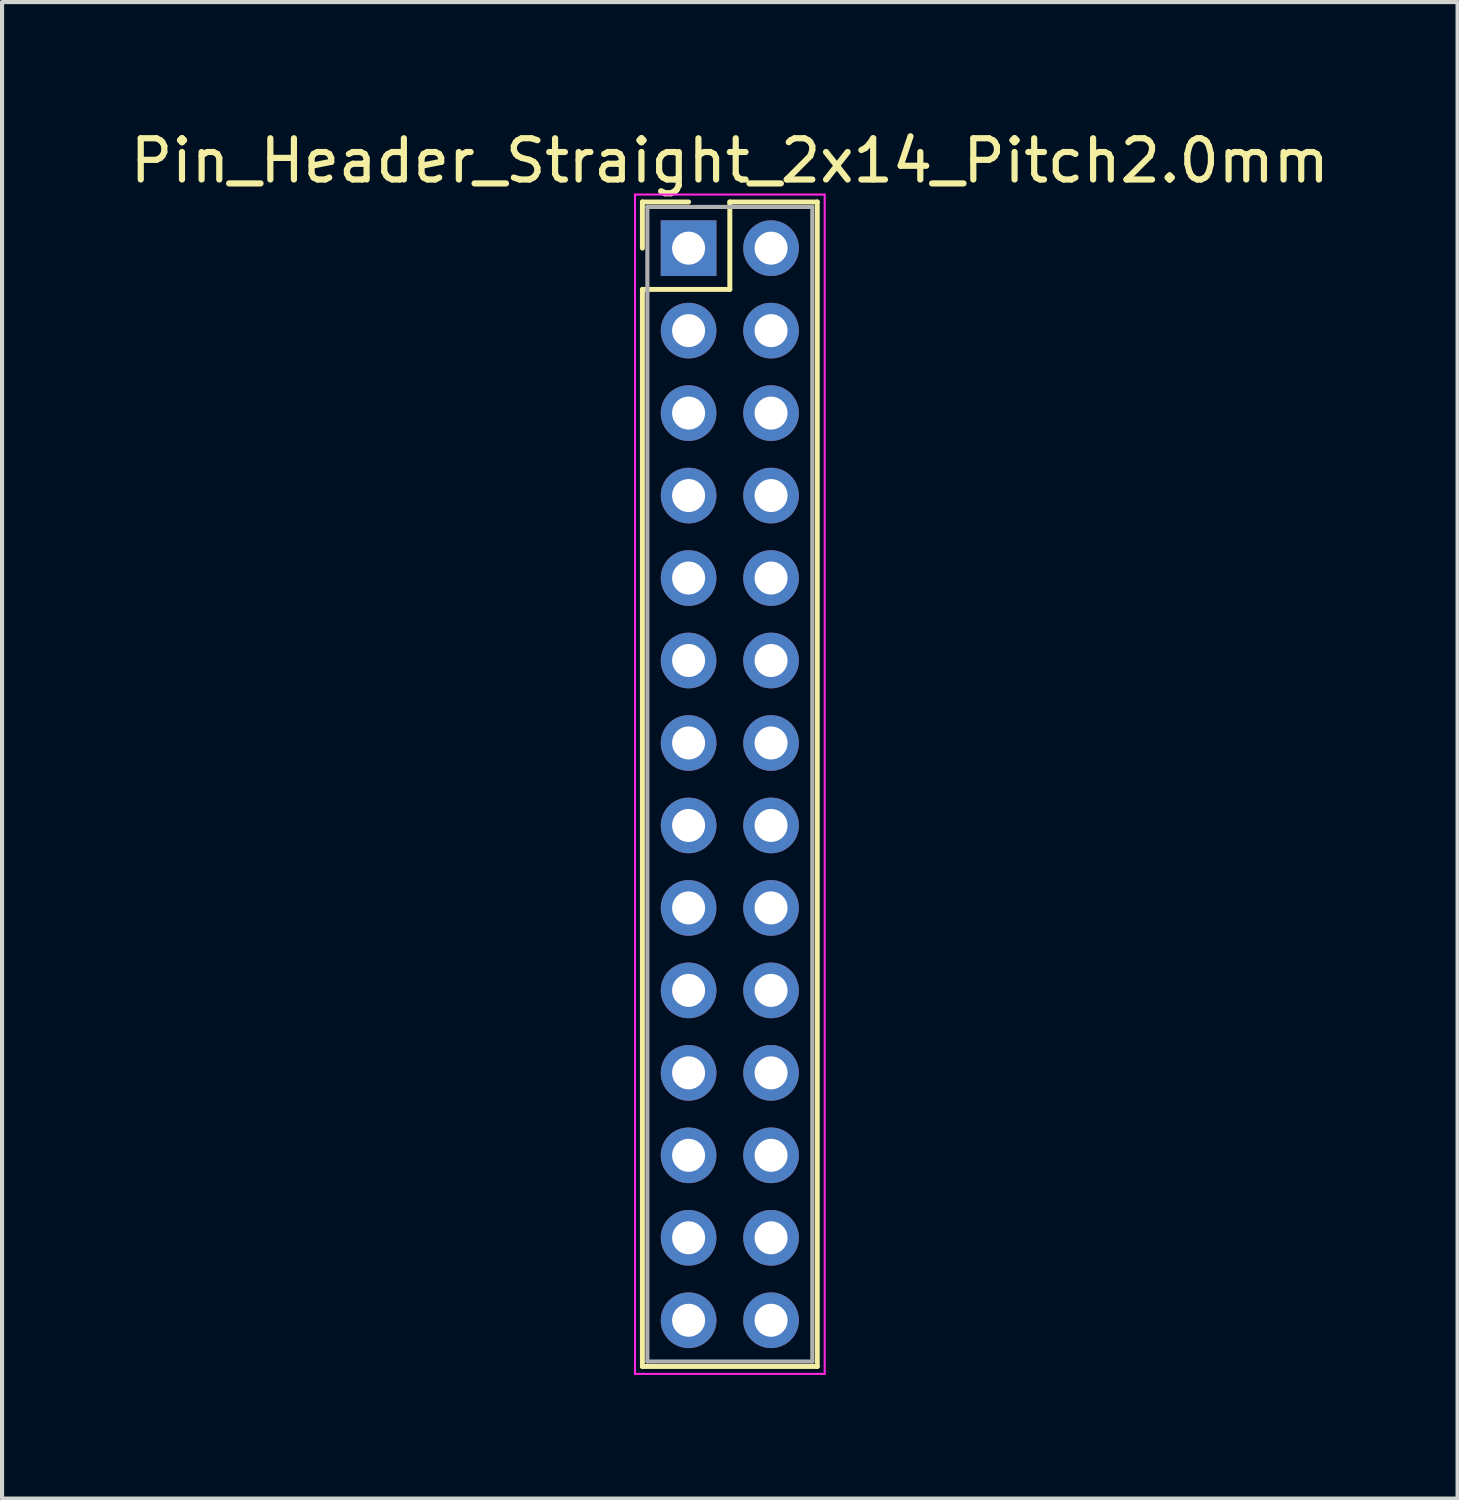
<source format=kicad_pcb>
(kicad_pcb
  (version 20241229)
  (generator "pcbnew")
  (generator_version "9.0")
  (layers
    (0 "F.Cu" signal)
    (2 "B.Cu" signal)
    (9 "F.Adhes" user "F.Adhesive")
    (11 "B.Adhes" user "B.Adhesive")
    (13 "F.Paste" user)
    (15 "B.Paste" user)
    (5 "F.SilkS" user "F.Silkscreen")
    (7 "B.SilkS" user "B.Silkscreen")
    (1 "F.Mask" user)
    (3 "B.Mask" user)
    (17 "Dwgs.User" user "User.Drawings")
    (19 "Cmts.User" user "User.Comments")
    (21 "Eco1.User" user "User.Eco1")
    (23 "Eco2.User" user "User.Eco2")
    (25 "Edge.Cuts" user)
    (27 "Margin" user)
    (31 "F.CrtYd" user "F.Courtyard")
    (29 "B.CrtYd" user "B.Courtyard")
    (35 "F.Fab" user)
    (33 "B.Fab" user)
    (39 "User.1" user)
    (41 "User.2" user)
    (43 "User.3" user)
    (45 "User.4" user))
  (footprint "Pin_Header_Straight_2x14_Pitch2.0mm"
    (layer "F.Cu")
    (at 13.649 2.968)
    (property "Reference" "Pin_Header_Straight_2x14_Pitch2.0mm" (at 1 -2.12 0) (layer "F.SilkS") (effects (font (size 1 1) (thickness 0.15))))
    (attr through_hole)
    (fp_line (start -1.12 -1.12) (end 0 -1.12) (stroke (width 0.12) (type solid)) (layer "F.SilkS"))
    (fp_line (start -1.12 0) (end -1.12 -1.12) (stroke (width 0.12) (type solid)) (layer "F.SilkS"))
    (fp_line (start -1.12 1) (end -1.12 27.12) (stroke (width 0.12) (type solid)) (layer "F.SilkS"))
    (fp_line (start -1.12 27.12) (end 3.12 27.12) (stroke (width 0.12) (type solid)) (layer "F.SilkS"))
    (fp_line (start 1 -1.12) (end 1 1) (stroke (width 0.12) (type solid)) (layer "F.SilkS"))
    (fp_line (start 1 1) (end -1.12 1) (stroke (width 0.12) (type solid)) (layer "F.SilkS"))
    (fp_line (start 3.12 -1.12) (end 1 -1.12) (stroke (width 0.12) (type solid)) (layer "F.SilkS"))
    (fp_line (start 3.12 27.12) (end 3.12 -1.12) (stroke (width 0.12) (type solid)) (layer "F.SilkS"))
    (fp_line (start -1.3 -1.3) (end -1.3 27.3) (stroke (width 0.05) (type solid)) (layer "F.CrtYd"))
    (fp_line (start -1.3 27.3) (end 3.3 27.3) (stroke (width 0.05) (type solid)) (layer "F.CrtYd"))
    (fp_line (start 3.3 -1.3) (end -1.3 -1.3) (stroke (width 0.05) (type solid)) (layer "F.CrtYd"))
    (fp_line (start 3.3 27.3) (end 3.3 -1.3) (stroke (width 0.05) (type solid)) (layer "F.CrtYd"))
    (fp_line (start -1 -1) (end -1 27) (stroke (width 0.1) (type solid)) (layer "F.Fab"))
    (fp_line (start -1 27) (end 3 27) (stroke (width 0.1) (type solid)) (layer "F.Fab"))
    (fp_line (start 3 -1) (end -1 -1) (stroke (width 0.1) (type solid)) (layer "F.Fab"))
    (fp_line (start 3 27) (end 3 -1) (stroke (width 0.1) (type solid)) (layer "F.Fab"))
    (pad "1" thru_hole rect (at 0 0) (size 1.35 1.35) (drill 0.8) (layers "*.Cu" "*.Mask"))
    (pad "2" thru_hole oval (at 2 0) (size 1.35 1.35) (drill 0.8) (layers "*.Cu" "*.Mask"))
    (pad "3" thru_hole oval (at 0 2) (size 1.35 1.35) (drill 0.8) (layers "*.Cu" "*.Mask"))
    (pad "4" thru_hole oval (at 2 2) (size 1.35 1.35) (drill 0.8) (layers "*.Cu" "*.Mask"))
    (pad "5" thru_hole oval (at 0 4) (size 1.35 1.35) (drill 0.8) (layers "*.Cu" "*.Mask"))
    (pad "6" thru_hole oval (at 2 4) (size 1.35 1.35) (drill 0.8) (layers "*.Cu" "*.Mask"))
    (pad "7" thru_hole oval (at 0 6) (size 1.35 1.35) (drill 0.8) (layers "*.Cu" "*.Mask"))
    (pad "8" thru_hole oval (at 2 6) (size 1.35 1.35) (drill 0.8) (layers "*.Cu" "*.Mask"))
    (pad "9" thru_hole oval (at 0 8) (size 1.35 1.35) (drill 0.8) (layers "*.Cu" "*.Mask"))
    (pad "10" thru_hole oval (at 2 8) (size 1.35 1.35) (drill 0.8) (layers "*.Cu" "*.Mask"))
    (pad "11" thru_hole oval (at 0 10) (size 1.35 1.35) (drill 0.8) (layers "*.Cu" "*.Mask"))
    (pad "12" thru_hole oval (at 2 10) (size 1.35 1.35) (drill 0.8) (layers "*.Cu" "*.Mask"))
    (pad "13" thru_hole oval (at 0 12) (size 1.35 1.35) (drill 0.8) (layers "*.Cu" "*.Mask"))
    (pad "14" thru_hole oval (at 2 12) (size 1.35 1.35) (drill 0.8) (layers "*.Cu" "*.Mask"))
    (pad "15" thru_hole oval (at 0 14) (size 1.35 1.35) (drill 0.8) (layers "*.Cu" "*.Mask"))
    (pad "16" thru_hole oval (at 2 14) (size 1.35 1.35) (drill 0.8) (layers "*.Cu" "*.Mask"))
    (pad "17" thru_hole oval (at 0 16) (size 1.35 1.35) (drill 0.8) (layers "*.Cu" "*.Mask"))
    (pad "18" thru_hole oval (at 2 16) (size 1.35 1.35) (drill 0.8) (layers "*.Cu" "*.Mask"))
    (pad "19" thru_hole oval (at 0 18) (size 1.35 1.35) (drill 0.8) (layers "*.Cu" "*.Mask"))
    (pad "20" thru_hole oval (at 2 18) (size 1.35 1.35) (drill 0.8) (layers "*.Cu" "*.Mask"))
    (pad "21" thru_hole oval (at 0 20) (size 1.35 1.35) (drill 0.8) (layers "*.Cu" "*.Mask"))
    (pad "22" thru_hole oval (at 2 20) (size 1.35 1.35) (drill 0.8) (layers "*.Cu" "*.Mask"))
    (pad "23" thru_hole oval (at 0 22) (size 1.35 1.35) (drill 0.8) (layers "*.Cu" "*.Mask"))
    (pad "24" thru_hole oval (at 2 22) (size 1.35 1.35) (drill 0.8) (layers "*.Cu" "*.Mask"))
    (pad "25" thru_hole oval (at 0 24) (size 1.35 1.35) (drill 0.8) (layers "*.Cu" "*.Mask"))
    (pad "26" thru_hole oval (at 2 24) (size 1.35 1.35) (drill 0.8) (layers "*.Cu" "*.Mask"))
    (pad "27" thru_hole oval (at 0 26) (size 1.35 1.35) (drill 0.8) (layers "*.Cu" "*.Mask"))
    (pad "28" thru_hole oval (at 2 26) (size 1.35 1.35) (drill 0.8) (layers "*.Cu" "*.Mask")))
  (gr_rect
    (start -3 -3)
    (end 32.298 33.293)
    (stroke (width 0.1) (type default))
    (fill no)
    (layer "Edge.Cuts")))
</source>
